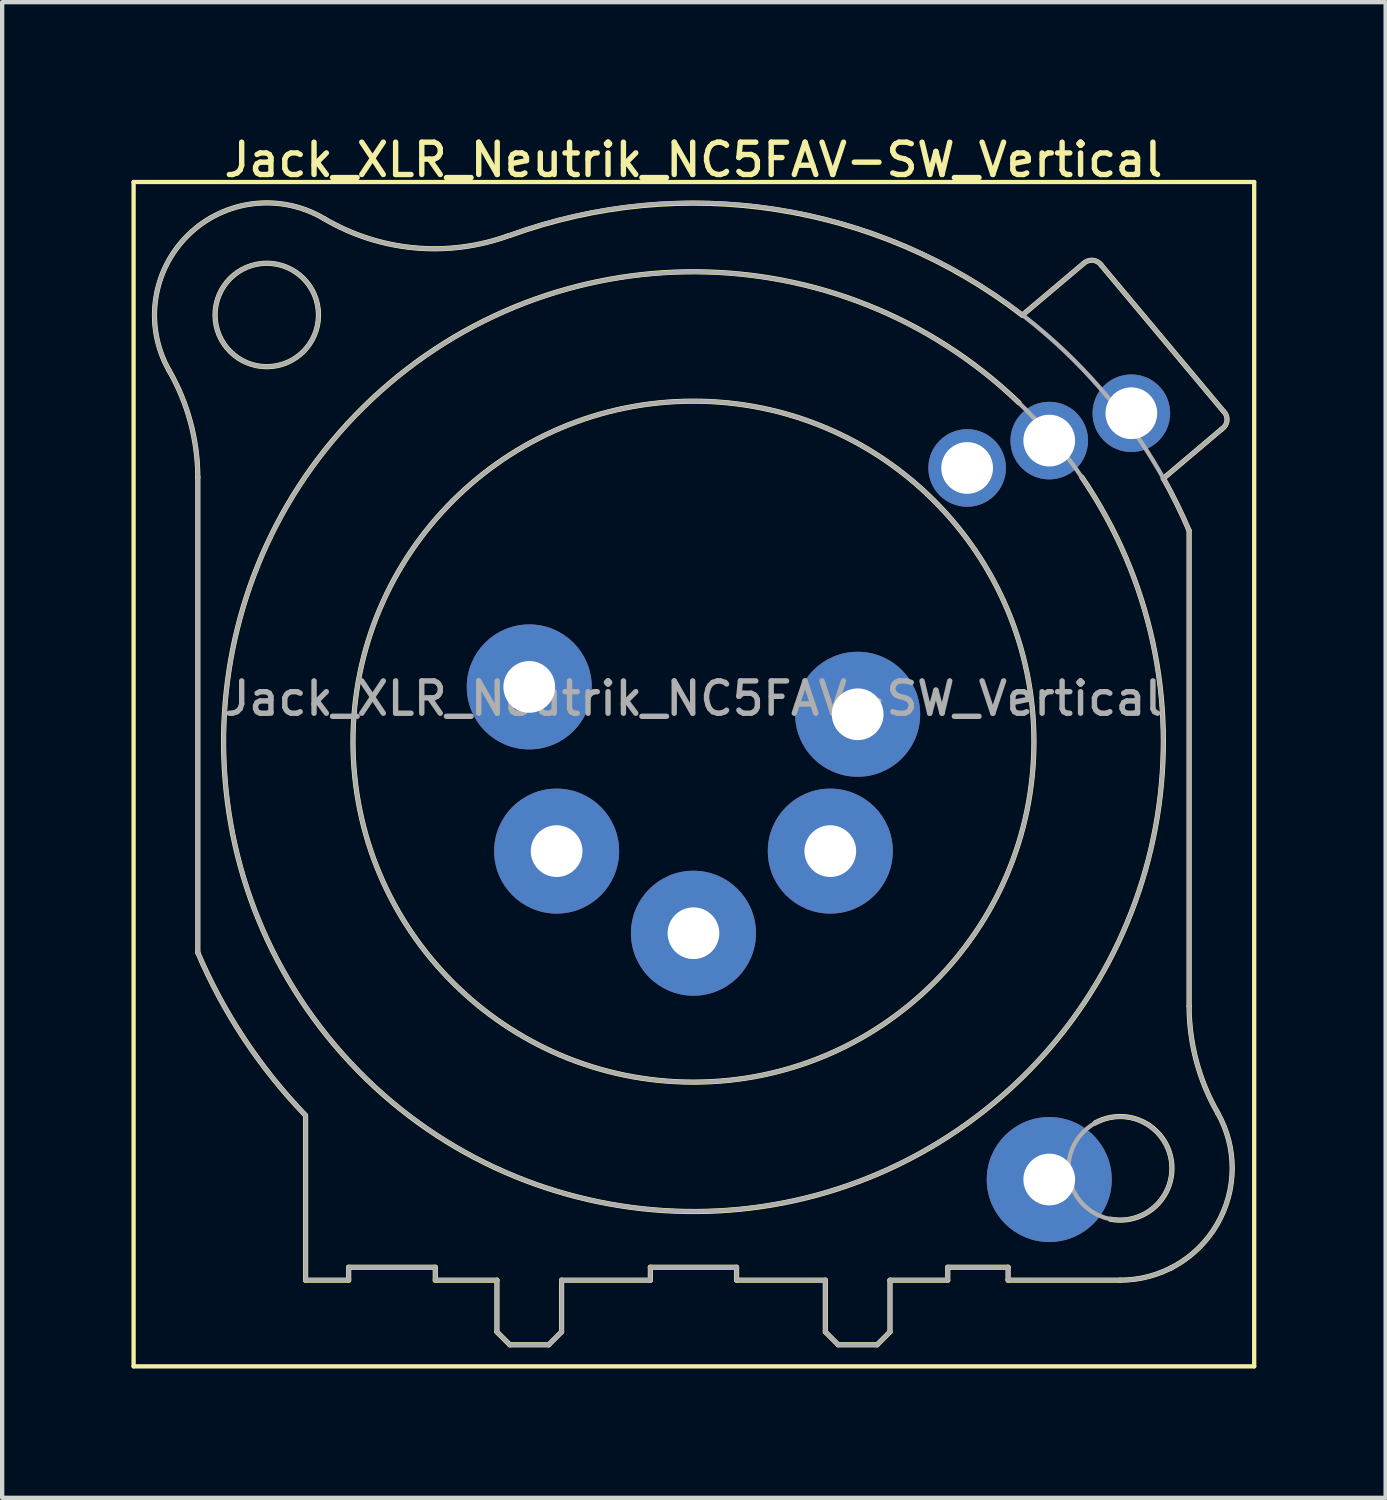
<source format=kicad_pcb>
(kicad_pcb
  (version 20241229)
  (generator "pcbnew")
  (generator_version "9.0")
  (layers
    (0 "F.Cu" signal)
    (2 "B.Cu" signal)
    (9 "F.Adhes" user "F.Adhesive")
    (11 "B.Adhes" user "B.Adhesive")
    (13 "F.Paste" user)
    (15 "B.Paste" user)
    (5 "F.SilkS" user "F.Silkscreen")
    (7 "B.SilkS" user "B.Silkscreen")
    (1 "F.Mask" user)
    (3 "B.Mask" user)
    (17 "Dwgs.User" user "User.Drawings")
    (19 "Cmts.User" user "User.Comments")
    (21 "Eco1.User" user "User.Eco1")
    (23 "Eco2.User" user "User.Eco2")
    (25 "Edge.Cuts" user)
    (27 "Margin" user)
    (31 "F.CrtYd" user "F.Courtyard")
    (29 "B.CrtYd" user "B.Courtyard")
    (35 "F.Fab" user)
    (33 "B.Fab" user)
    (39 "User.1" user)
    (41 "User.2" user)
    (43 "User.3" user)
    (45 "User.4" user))
  (footprint "Jack_XLR_Neutrik_NC5FAV-SW_Vertical"
    (layer "F.Cu")
    (at 16.85 13.523)
    (property "Reference" "Jack_XLR_Neutrik_NC5FAV-SW_Vertical" (at -3.81 -12.865 0) (layer "F.SilkS") (effects (font (size 0.75 0.75) (thickness 0.125))))
    (attr through_hole)
    (fp_line (start -16.8 -12.35) (end 9.2 -12.35) (stroke (width 0.1) (type solid)) (layer "F.SilkS"))
    (fp_line (start -16.8 15.13) (end -16.8 -12.35) (stroke (width 0.1) (type solid)) (layer "F.SilkS"))
    (fp_line (start -15.31 -5.5) (end -15.31 5.53) (stroke (width 0.12) (type solid)) (layer "F.SilkS"))
    (fp_line (start -12.81 9.31) (end -12.81 13.13) (stroke (width 0.12) (type solid)) (layer "F.SilkS"))
    (fp_line (start -11.81 12.83) (end -11.81 13.13) (stroke (width 0.12) (type solid)) (layer "F.SilkS"))
    (fp_line (start -11.81 12.83) (end -9.8 12.83) (stroke (width 0.12) (type solid)) (layer "F.SilkS"))
    (fp_line (start -11.81 13.13) (end -12.81 13.13) (stroke (width 0.12) (type solid)) (layer "F.SilkS"))
    (fp_line (start -9.8 12.83) (end -9.8 13.13) (stroke (width 0.12) (type solid)) (layer "F.SilkS"))
    (fp_line (start -8.37 13.13) (end -9.8 13.13) (stroke (width 0.12) (type solid)) (layer "F.SilkS"))
    (fp_line (start -8.37 13.13) (end -8.37 14.33) (stroke (width 0.12) (type solid)) (layer "F.SilkS"))
    (fp_line (start -8.37 14.33) (end -8.07 14.63) (stroke (width 0.12) (type solid)) (layer "F.SilkS"))
    (fp_line (start -8.07 14.63) (end -7.17 14.63) (stroke (width 0.12) (type solid)) (layer "F.SilkS"))
    (fp_line (start -6.87 13.13) (end -6.87 14.33) (stroke (width 0.12) (type solid)) (layer "F.SilkS"))
    (fp_line (start -6.87 14.33) (end -7.17 14.63) (stroke (width 0.12) (type solid)) (layer "F.SilkS"))
    (fp_line (start -4.81 12.83) (end -4.81 13.13) (stroke (width 0.12) (type solid)) (layer "F.SilkS"))
    (fp_line (start -4.81 12.83) (end -2.81 12.83) (stroke (width 0.12) (type solid)) (layer "F.SilkS"))
    (fp_line (start -4.81 13.13) (end -6.87 13.13) (stroke (width 0.12) (type solid)) (layer "F.SilkS"))
    (fp_line (start -2.81 12.83) (end -2.81 13.13) (stroke (width 0.12) (type solid)) (layer "F.SilkS"))
    (fp_line (start -0.75 13.13) (end -2.81 13.13) (stroke (width 0.12) (type solid)) (layer "F.SilkS"))
    (fp_line (start -0.75 13.13) (end -0.75 14.33) (stroke (width 0.12) (type solid)) (layer "F.SilkS"))
    (fp_line (start -0.75 14.33) (end -0.45 14.63) (stroke (width 0.12) (type solid)) (layer "F.SilkS"))
    (fp_line (start -0.45 14.63) (end 0.45 14.63) (stroke (width 0.12) (type solid)) (layer "F.SilkS"))
    (fp_line (start 0.75 13.13) (end 0.75 14.33) (stroke (width 0.12) (type solid)) (layer "F.SilkS"))
    (fp_line (start 0.75 14.33) (end 0.45 14.63) (stroke (width 0.12) (type solid)) (layer "F.SilkS"))
    (fp_line (start 2.09 12.83) (end 2.09 13.13) (stroke (width 0.12) (type solid)) (layer "F.SilkS"))
    (fp_line (start 2.09 12.83) (end 3.49 12.83) (stroke (width 0.12) (type solid)) (layer "F.SilkS"))
    (fp_line (start 2.09 13.13) (end 0.75 13.13) (stroke (width 0.12) (type solid)) (layer "F.SilkS"))
    (fp_line (start 3.49 12.83) (end 3.49 13.13) (stroke (width 0.12) (type solid)) (layer "F.SilkS"))
    (fp_line (start 3.82 -9.26) (end 5.23 -10.45) (stroke (width 0.12) (type solid)) (layer "F.SilkS"))
    (fp_line (start 6.09 13.13) (end 3.49 13.13) (stroke (width 0.12) (type solid)) (layer "F.SilkS"))
    (fp_line (start 7.69 6.77) (end 7.69 -4.26) (stroke (width 0.12) (type solid)) (layer "F.SilkS"))
    (fp_line (start 8.45 -6.62) (end 7.09 -5.47) (stroke (width 0.12) (type solid)) (layer "F.SilkS"))
    (fp_line (start 8.48 -7.04) (end 5.66 -10.41) (stroke (width 0.12) (type solid)) (layer "F.SilkS"))
    (fp_line (start 9.2 -12.35) (end 9.2 15.13) (stroke (width 0.1) (type solid)) (layer "F.SilkS"))
    (fp_line (start 9.2 15.13) (end -16.8 15.13) (stroke (width 0.1) (type solid)) (layer "F.SilkS"))
    (fp_arc (start -15.979585 -7.98114) (mid -15.531071 -11.122847) (end -12.38 -11.5) (stroke (width 0.12) (type solid)) (layer "F.SilkS"))
    (fp_arc (start -15.978065 -7.979621) (mid -15.482459 -6.783342) (end -15.31 -5.5) (stroke (width 0.12) (type solid)) (layer "F.SilkS"))
    (fp_arc (start -12.822247 9.294702) (mid -14.237431 7.525553) (end -15.31 5.53) (stroke (width 0.12) (type solid)) (layer "F.SilkS"))
    (fp_arc (start -8.091246 -11.107072) (mid -10.279718 -10.822246) (end -12.38 -11.5) (stroke (width 0.12) (type solid)) (layer "F.SilkS"))
    (fp_arc (start -8.076266 -11.109228) (mid -1.890733 -11.711835) (end 3.82 -9.26) (stroke (width 0.12) (type solid)) (layer "F.SilkS"))
    (fp_arc (start 5.199539 -5.504132) (mid -12.134617 7.674992) (end 3.74 -7.23) (stroke (width 0.12) (type solid)) (layer "F.SilkS"))
    (fp_arc (start 5.235458 -10.453787) (mid 5.458172 -10.533142) (end 5.66 -10.41) (stroke (width 0.12) (type solid)) (layer "F.SilkS"))
    (fp_arc (start 5.507701 9.483226) (mid 7.277502 10.347546) (end 5.86 11.715) (stroke (width 0.12) (type solid)) (layer "F.SilkS"))
    (fp_arc (start 7.094079 -5.473362) (mid 7.408456 -4.874744) (end 7.69 -4.26) (stroke (width 0.12) (type solid)) (layer "F.SilkS"))
    (fp_arc (start 7.298541 12.835196) (mid 7.274335 12.847725) (end 7.25 12.86) (stroke (width 0.12) (type solid)) (layer "F.SilkS"))
    (fp_arc (start 8.350687 9.245751) (mid 8.337115 11.837852) (end 6.09 13.13) (stroke (width 0.12) (type solid)) (layer "F.SilkS"))
    (fp_arc (start 8.351797 9.24598) (mid 7.859562 8.051113) (end 7.69 6.77) (stroke (width 0.12) (type solid)) (layer "F.SilkS"))
    (fp_arc (start 8.486269 -7.03217) (mid 8.569764 -6.817142) (end 8.45 -6.62) (stroke (width 0.12) (type solid)) (layer "F.SilkS"))
    (fp_circle (center -13.71 -9.265) (end -12.51 -9.265) (stroke (width 0.12) (type solid)) (fill no) (layer "F.SilkS"))
    (fp_circle (center -3.81 0.635) (end 4.09 0.635) (stroke (width 0.12) (type solid)) (fill no) (layer "F.SilkS"))
    (fp_line (start -15.31 -5.5) (end -15.31 5.53) (stroke (width 0.1) (type solid)) (layer "F.Fab"))
    (fp_line (start -12.81 9.31) (end -12.81 13.13) (stroke (width 0.1) (type solid)) (layer "F.Fab"))
    (fp_line (start -11.81 12.83) (end -11.81 13.13) (stroke (width 0.1) (type solid)) (layer "F.Fab"))
    (fp_line (start -11.81 12.83) (end -9.8 12.83) (stroke (width 0.1) (type solid)) (layer "F.Fab"))
    (fp_line (start -11.81 13.13) (end -12.81 13.13) (stroke (width 0.1) (type solid)) (layer "F.Fab"))
    (fp_line (start -9.8 12.83) (end -9.8 13.13) (stroke (width 0.1) (type solid)) (layer "F.Fab"))
    (fp_line (start -8.37 13.13) (end -9.8 13.13) (stroke (width 0.1) (type solid)) (layer "F.Fab"))
    (fp_line (start -8.37 13.13) (end -8.37 14.33) (stroke (width 0.1) (type solid)) (layer "F.Fab"))
    (fp_line (start -8.37 14.33) (end -8.07 14.63) (stroke (width 0.1) (type solid)) (layer "F.Fab"))
    (fp_line (start -8.07 14.63) (end -7.17 14.63) (stroke (width 0.1) (type solid)) (layer "F.Fab"))
    (fp_line (start -6.87 13.13) (end -6.87 14.33) (stroke (width 0.1) (type solid)) (layer "F.Fab"))
    (fp_line (start -6.87 14.33) (end -7.17 14.63) (stroke (width 0.1) (type solid)) (layer "F.Fab"))
    (fp_line (start -4.81 12.83) (end -4.81 13.13) (stroke (width 0.1) (type solid)) (layer "F.Fab"))
    (fp_line (start -4.81 12.83) (end -2.81 12.83) (stroke (width 0.1) (type solid)) (layer "F.Fab"))
    (fp_line (start -4.81 13.13) (end -6.87 13.13) (stroke (width 0.1) (type solid)) (layer "F.Fab"))
    (fp_line (start -2.81 12.83) (end -2.81 13.13) (stroke (width 0.1) (type solid)) (layer "F.Fab"))
    (fp_line (start -0.75 13.13) (end -2.81 13.13) (stroke (width 0.1) (type solid)) (layer "F.Fab"))
    (fp_line (start -0.75 13.13) (end -0.75 14.33) (stroke (width 0.1) (type solid)) (layer "F.Fab"))
    (fp_line (start -0.75 14.33) (end -0.45 14.63) (stroke (width 0.1) (type solid)) (layer "F.Fab"))
    (fp_line (start -0.45 14.63) (end 0.45 14.63) (stroke (width 0.1) (type solid)) (layer "F.Fab"))
    (fp_line (start 0.75 13.13) (end 0.75 14.33) (stroke (width 0.1) (type solid)) (layer "F.Fab"))
    (fp_line (start 0.75 14.33) (end 0.45 14.63) (stroke (width 0.1) (type solid)) (layer "F.Fab"))
    (fp_line (start 2.09 12.83) (end 2.09 13.13) (stroke (width 0.1) (type solid)) (layer "F.Fab"))
    (fp_line (start 2.09 12.83) (end 3.49 12.83) (stroke (width 0.1) (type solid)) (layer "F.Fab"))
    (fp_line (start 2.09 13.13) (end 0.75 13.13) (stroke (width 0.1) (type solid)) (layer "F.Fab"))
    (fp_line (start 3.49 12.83) (end 3.49 13.13) (stroke (width 0.1) (type solid)) (layer "F.Fab"))
    (fp_line (start 3.82 -9.26) (end 5.23 -10.45) (stroke (width 0.1) (type solid)) (layer "F.Fab"))
    (fp_line (start 6.09 13.13) (end 3.49 13.13) (stroke (width 0.1) (type solid)) (layer "F.Fab"))
    (fp_line (start 7.69 6.77) (end 7.69 -4.26) (stroke (width 0.1) (type solid)) (layer "F.Fab"))
    (fp_line (start 8.45 -6.62) (end 7.09 -5.47) (stroke (width 0.1) (type solid)) (layer "F.Fab"))
    (fp_line (start 8.48 -7.04) (end 5.66 -10.41) (stroke (width 0.1) (type solid)) (layer "F.Fab"))
    (fp_arc (start -15.979585 -7.98114) (mid -15.531071 -11.122847) (end -12.38 -11.5) (stroke (width 0.1) (type solid)) (layer "F.Fab"))
    (fp_arc (start -15.978065 -7.979621) (mid -15.482459 -6.783342) (end -15.31 -5.5) (stroke (width 0.1) (type solid)) (layer "F.Fab"))
    (fp_arc (start -12.822247 9.294702) (mid -14.237431 7.525553) (end -15.31 5.53) (stroke (width 0.1) (type solid)) (layer "F.Fab"))
    (fp_arc (start -8.096428 -11.105424) (mid 1.16231 -10.831785) (end 7.69 -4.26) (stroke (width 0.1) (type solid)) (layer "F.Fab"))
    (fp_arc (start -8.091246 -11.107072) (mid -10.279718 -10.822246) (end -12.38 -11.5) (stroke (width 0.1) (type solid)) (layer "F.Fab"))
    (fp_arc (start 5.235458 -10.453787) (mid 5.458172 -10.533142) (end 5.66 -10.41) (stroke (width 0.1) (type solid)) (layer "F.Fab"))
    (fp_arc (start 7.298541 12.835196) (mid 7.274335 12.847725) (end 7.25 12.86) (stroke (width 0.1) (type solid)) (layer "F.Fab"))
    (fp_arc (start 8.350687 9.245751) (mid 8.337115 11.837852) (end 6.09 13.13) (stroke (width 0.1) (type solid)) (layer "F.Fab"))
    (fp_arc (start 8.351797 9.24598) (mid 7.859562 8.051113) (end 7.69 6.77) (stroke (width 0.1) (type solid)) (layer "F.Fab"))
    (fp_arc (start 8.486269 -7.03217) (mid 8.569764 -6.817142) (end 8.45 -6.62) (stroke (width 0.1) (type solid)) (layer "F.Fab"))
    (fp_circle (center -13.71 -9.265) (end -12.51 -9.265) (stroke (width 0.1) (type solid)) (fill no) (layer "F.Fab"))
    (fp_circle (center -3.81 0.635) (end 4.09 0.635) (stroke (width 0.1) (type solid)) (fill no) (layer "F.Fab"))
    (fp_circle (center -3.81 0.635) (end 7.09 0.635) (stroke (width 0.1) (type solid)) (fill no) (layer "F.Fab"))
    (fp_circle (center 6.09 10.535) (end 7.29 10.535) (stroke (width 0.1) (type solid)) (fill no) (layer "F.Fab"))
    (fp_text user "${REFERENCE}" (at -3.81 -0.365 0) (layer "F.Fab") (effects (font (size 0.75 0.75) (thickness 0.125))))
    (pad "1" thru_hole circle (at 0 0) (size 2.9 2.9) (drill 1.2) (layers "*.Cu" "*.Mask"))
    (pad "2" thru_hole circle (at -0.635 3.175) (size 2.9 2.9) (drill 1.2) (layers "*.Cu" "*.Mask"))
    (pad "3" thru_hole circle (at -3.81 5.08) (size 2.9 2.9) (drill 1.2) (layers "*.Cu" "*.Mask"))
    (pad "4" thru_hole circle (at -6.985 3.175) (size 2.9 2.9) (drill 1.2) (layers "*.Cu" "*.Mask"))
    (pad "5" thru_hole circle (at -7.62 -0.635) (size 2.9 2.9) (drill 1.2) (layers "*.Cu" "*.Mask"))
    (pad "G" thru_hole circle (at 4.445 10.795) (size 2.9 2.9) (drill 1.2) (layers "*.Cu" "*.Mask"))
    (pad "N" thru_hole circle (at 4.445 -6.35) (size 1.8 1.8) (drill 1.2) (layers "*.Cu" "*.Mask"))
    (pad "NC" thru_hole circle (at 2.54 -5.715) (size 1.8 1.8) (drill 1.2) (layers "*.Cu" "*.Mask"))
    (pad "NO" thru_hole circle (at 6.35 -6.985) (size 1.8 1.8) (drill 1.2) (layers "*.Cu" "*.Mask")))
  (gr_rect
    (start -3 -3)
    (end 29.1 31.703)
    (stroke (width 0.1) (type default))
    (fill no)
    (layer "Edge.Cuts")))
</source>
